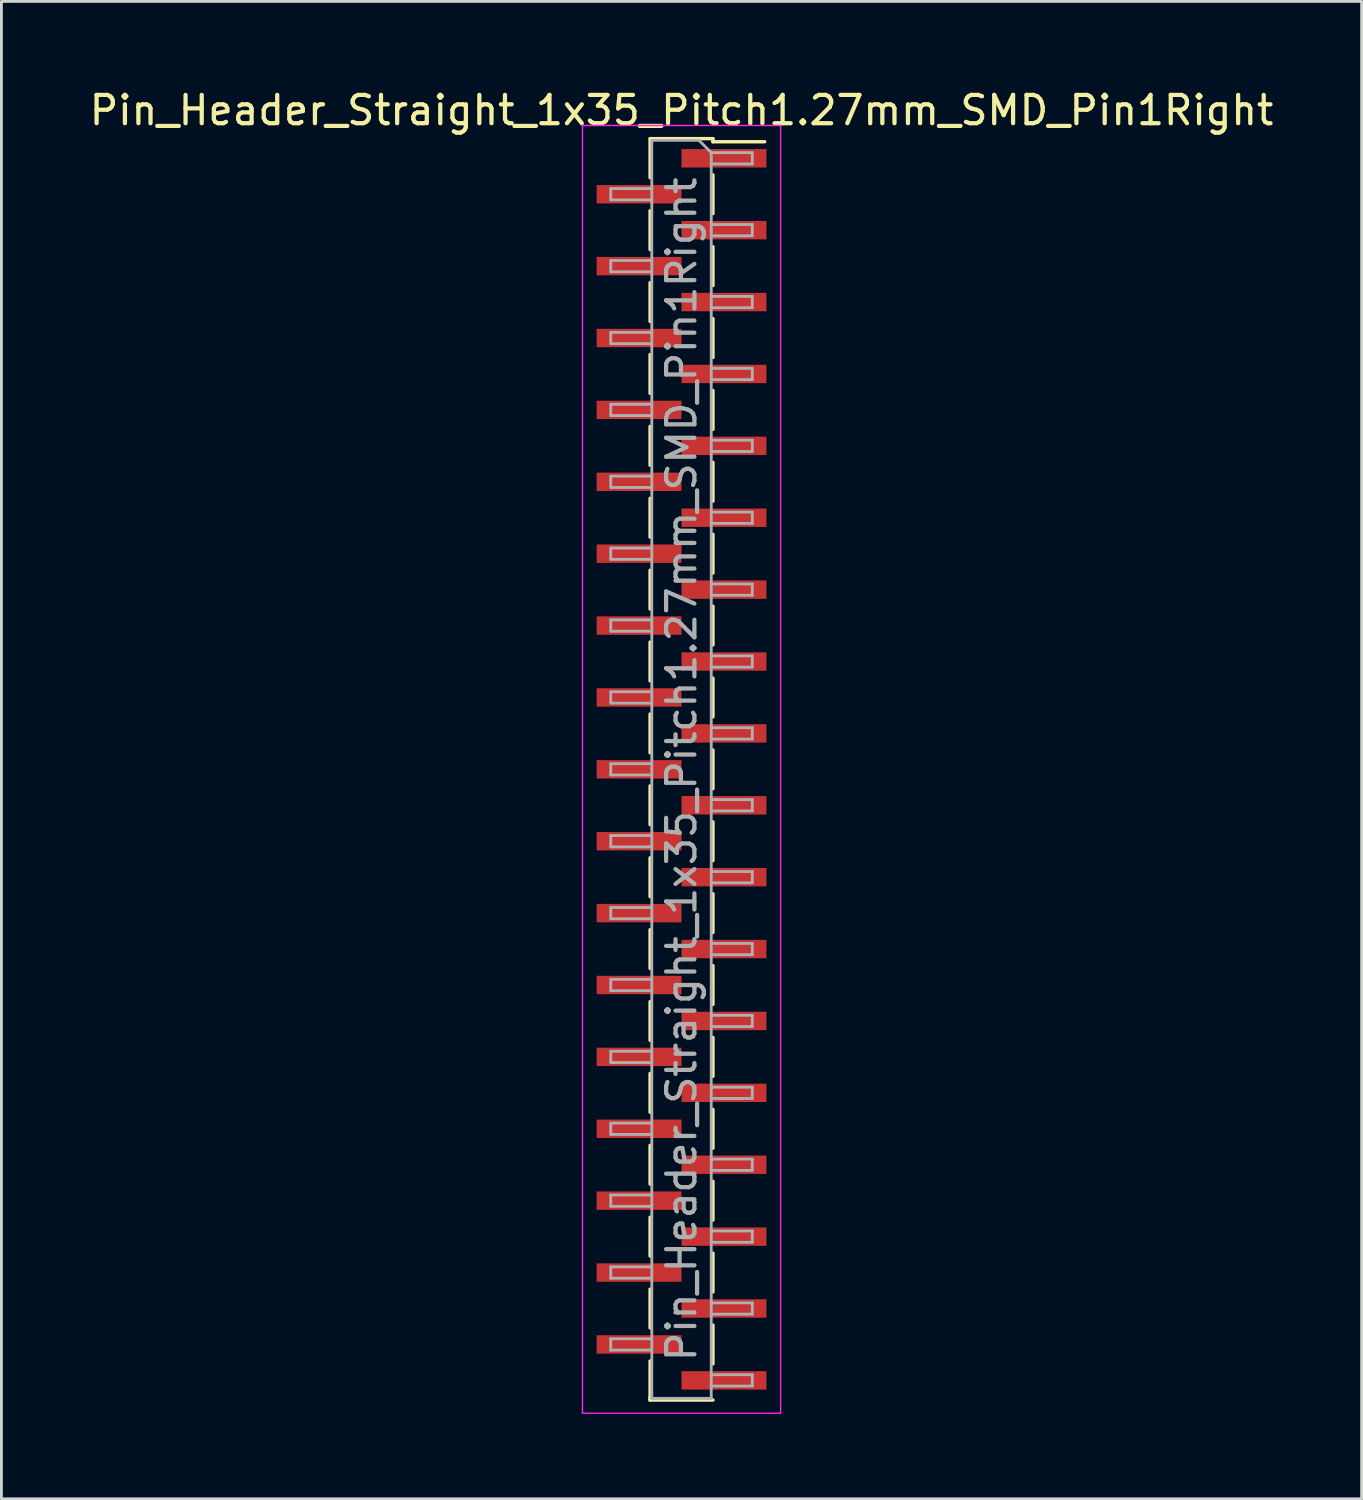
<source format=kicad_pcb>
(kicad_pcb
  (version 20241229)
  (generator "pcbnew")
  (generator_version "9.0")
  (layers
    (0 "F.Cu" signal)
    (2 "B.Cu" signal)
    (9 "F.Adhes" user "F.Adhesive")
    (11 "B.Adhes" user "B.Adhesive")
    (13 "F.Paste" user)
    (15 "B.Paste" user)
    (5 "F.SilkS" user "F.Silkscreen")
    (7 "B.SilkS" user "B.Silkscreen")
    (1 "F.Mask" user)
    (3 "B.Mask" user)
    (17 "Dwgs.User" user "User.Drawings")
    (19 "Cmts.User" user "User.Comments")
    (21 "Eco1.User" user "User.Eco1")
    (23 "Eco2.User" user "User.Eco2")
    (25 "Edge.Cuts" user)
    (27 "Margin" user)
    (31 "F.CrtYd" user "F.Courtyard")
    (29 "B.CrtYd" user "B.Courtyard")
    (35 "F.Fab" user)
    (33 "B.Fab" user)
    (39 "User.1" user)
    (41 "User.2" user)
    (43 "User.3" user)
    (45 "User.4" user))
  (footprint "Pin_Header_Straight_1x35_Pitch1.27mm_SMD_Pin1Right"
    (layer "F.Cu")
    (at 21.03 24.133)
    (property "Reference" "Pin_Header_Straight_1x35_Pitch1.27mm_SMD_Pin1Right" (at 0 -23.285 0) (layer "F.SilkS") (effects (font (size 1 1) (thickness 0.15))))
    (attr smd)
    (fp_line (start -1.11 -22.285) (end 1.11 -22.285) (stroke (width 0.12) (type solid)) (layer "F.SilkS"))
    (fp_line (start -1.11 -22.275) (end -1.11 -20.905) (stroke (width 0.12) (type solid)) (layer "F.SilkS"))
    (fp_line (start -1.11 -19.735) (end -1.11 -18.365) (stroke (width 0.12) (type solid)) (layer "F.SilkS"))
    (fp_line (start -1.11 -17.195) (end -1.11 -15.825) (stroke (width 0.12) (type solid)) (layer "F.SilkS"))
    (fp_line (start -1.11 -14.655) (end -1.11 -13.285) (stroke (width 0.12) (type solid)) (layer "F.SilkS"))
    (fp_line (start -1.11 -12.115) (end -1.11 -10.745) (stroke (width 0.12) (type solid)) (layer "F.SilkS"))
    (fp_line (start -1.11 -9.575) (end -1.11 -8.205) (stroke (width 0.12) (type solid)) (layer "F.SilkS"))
    (fp_line (start -1.11 -7.035) (end -1.11 -5.665) (stroke (width 0.12) (type solid)) (layer "F.SilkS"))
    (fp_line (start -1.11 -4.495) (end -1.11 -3.125) (stroke (width 0.12) (type solid)) (layer "F.SilkS"))
    (fp_line (start -1.11 -1.955) (end -1.11 -0.585) (stroke (width 0.12) (type solid)) (layer "F.SilkS"))
    (fp_line (start -1.11 0.585) (end -1.11 1.955) (stroke (width 0.12) (type solid)) (layer "F.SilkS"))
    (fp_line (start -1.11 3.125) (end -1.11 4.495) (stroke (width 0.12) (type solid)) (layer "F.SilkS"))
    (fp_line (start -1.11 5.665) (end -1.11 7.035) (stroke (width 0.12) (type solid)) (layer "F.SilkS"))
    (fp_line (start -1.11 8.205) (end -1.11 9.575) (stroke (width 0.12) (type solid)) (layer "F.SilkS"))
    (fp_line (start -1.11 10.745) (end -1.11 12.115) (stroke (width 0.12) (type solid)) (layer "F.SilkS"))
    (fp_line (start -1.11 13.285) (end -1.11 14.655) (stroke (width 0.12) (type solid)) (layer "F.SilkS"))
    (fp_line (start -1.11 15.825) (end -1.11 17.195) (stroke (width 0.12) (type solid)) (layer "F.SilkS"))
    (fp_line (start -1.11 18.365) (end -1.11 19.735) (stroke (width 0.12) (type solid)) (layer "F.SilkS"))
    (fp_line (start -1.11 20.905) (end -1.11 22.275) (stroke (width 0.12) (type solid)) (layer "F.SilkS"))
    (fp_line (start -1.11 22.175) (end -1.11 22.285) (stroke (width 0.12) (type solid)) (layer "F.SilkS"))
    (fp_line (start -1.11 22.285) (end 1.11 22.285) (stroke (width 0.12) (type solid)) (layer "F.SilkS"))
    (fp_line (start 1.11 -22.285) (end 1.11 -22.175) (stroke (width 0.12) (type solid)) (layer "F.SilkS"))
    (fp_line (start 1.11 -22.175) (end 2.94 -22.175) (stroke (width 0.12) (type solid)) (layer "F.SilkS"))
    (fp_line (start 1.11 -21.005) (end 1.11 -19.635) (stroke (width 0.12) (type solid)) (layer "F.SilkS"))
    (fp_line (start 1.11 -18.465) (end 1.11 -17.095) (stroke (width 0.12) (type solid)) (layer "F.SilkS"))
    (fp_line (start 1.11 -15.925) (end 1.11 -14.555) (stroke (width 0.12) (type solid)) (layer "F.SilkS"))
    (fp_line (start 1.11 -13.385) (end 1.11 -12.015) (stroke (width 0.12) (type solid)) (layer "F.SilkS"))
    (fp_line (start 1.11 -10.845) (end 1.11 -9.475) (stroke (width 0.12) (type solid)) (layer "F.SilkS"))
    (fp_line (start 1.11 -8.305) (end 1.11 -6.935) (stroke (width 0.12) (type solid)) (layer "F.SilkS"))
    (fp_line (start 1.11 -5.765) (end 1.11 -4.395) (stroke (width 0.12) (type solid)) (layer "F.SilkS"))
    (fp_line (start 1.11 -3.225) (end 1.11 -1.855) (stroke (width 0.12) (type solid)) (layer "F.SilkS"))
    (fp_line (start 1.11 -0.685) (end 1.11 0.685) (stroke (width 0.12) (type solid)) (layer "F.SilkS"))
    (fp_line (start 1.11 1.855) (end 1.11 3.225) (stroke (width 0.12) (type solid)) (layer "F.SilkS"))
    (fp_line (start 1.11 4.395) (end 1.11 5.765) (stroke (width 0.12) (type solid)) (layer "F.SilkS"))
    (fp_line (start 1.11 6.935) (end 1.11 8.305) (stroke (width 0.12) (type solid)) (layer "F.SilkS"))
    (fp_line (start 1.11 9.475) (end 1.11 10.845) (stroke (width 0.12) (type solid)) (layer "F.SilkS"))
    (fp_line (start 1.11 12.015) (end 1.11 13.385) (stroke (width 0.12) (type solid)) (layer "F.SilkS"))
    (fp_line (start 1.11 14.555) (end 1.11 15.925) (stroke (width 0.12) (type solid)) (layer "F.SilkS"))
    (fp_line (start 1.11 17.095) (end 1.11 18.465) (stroke (width 0.12) (type solid)) (layer "F.SilkS"))
    (fp_line (start 1.11 19.635) (end 1.11 21.005) (stroke (width 0.12) (type solid)) (layer "F.SilkS"))
    (fp_line (start -3.5 -22.75) (end -3.5 22.75) (stroke (width 0.05) (type solid)) (layer "F.CrtYd"))
    (fp_line (start -3.5 22.75) (end 3.5 22.75) (stroke (width 0.05) (type solid)) (layer "F.CrtYd"))
    (fp_line (start 3.5 -22.75) (end -3.5 -22.75) (stroke (width 0.05) (type solid)) (layer "F.CrtYd"))
    (fp_line (start 3.5 22.75) (end 3.5 -22.75) (stroke (width 0.05) (type solid)) (layer "F.CrtYd"))
    (fp_line (start -2.5 -20.52) (end -2.5 -20.12) (stroke (width 0.1) (type solid)) (layer "F.Fab"))
    (fp_line (start -2.5 -20.12) (end -1.05 -20.12) (stroke (width 0.1) (type solid)) (layer "F.Fab"))
    (fp_line (start -2.5 -17.98) (end -2.5 -17.58) (stroke (width 0.1) (type solid)) (layer "F.Fab"))
    (fp_line (start -2.5 -17.58) (end -1.05 -17.58) (stroke (width 0.1) (type solid)) (layer "F.Fab"))
    (fp_line (start -2.5 -15.44) (end -2.5 -15.04) (stroke (width 0.1) (type solid)) (layer "F.Fab"))
    (fp_line (start -2.5 -15.04) (end -1.05 -15.04) (stroke (width 0.1) (type solid)) (layer "F.Fab"))
    (fp_line (start -2.5 -12.9) (end -2.5 -12.5) (stroke (width 0.1) (type solid)) (layer "F.Fab"))
    (fp_line (start -2.5 -12.5) (end -1.05 -12.5) (stroke (width 0.1) (type solid)) (layer "F.Fab"))
    (fp_line (start -2.5 -10.36) (end -2.5 -9.96) (stroke (width 0.1) (type solid)) (layer "F.Fab"))
    (fp_line (start -2.5 -9.96) (end -1.05 -9.96) (stroke (width 0.1) (type solid)) (layer "F.Fab"))
    (fp_line (start -2.5 -7.82) (end -2.5 -7.42) (stroke (width 0.1) (type solid)) (layer "F.Fab"))
    (fp_line (start -2.5 -7.42) (end -1.05 -7.42) (stroke (width 0.1) (type solid)) (layer "F.Fab"))
    (fp_line (start -2.5 -5.28) (end -2.5 -4.88) (stroke (width 0.1) (type solid)) (layer "F.Fab"))
    (fp_line (start -2.5 -4.88) (end -1.05 -4.88) (stroke (width 0.1) (type solid)) (layer "F.Fab"))
    (fp_line (start -2.5 -2.74) (end -2.5 -2.34) (stroke (width 0.1) (type solid)) (layer "F.Fab"))
    (fp_line (start -2.5 -2.34) (end -1.05 -2.34) (stroke (width 0.1) (type solid)) (layer "F.Fab"))
    (fp_line (start -2.5 -0.2) (end -2.5 0.2) (stroke (width 0.1) (type solid)) (layer "F.Fab"))
    (fp_line (start -2.5 0.2) (end -1.05 0.2) (stroke (width 0.1) (type solid)) (layer "F.Fab"))
    (fp_line (start -2.5 2.34) (end -2.5 2.74) (stroke (width 0.1) (type solid)) (layer "F.Fab"))
    (fp_line (start -2.5 2.74) (end -1.05 2.74) (stroke (width 0.1) (type solid)) (layer "F.Fab"))
    (fp_line (start -2.5 4.88) (end -2.5 5.28) (stroke (width 0.1) (type solid)) (layer "F.Fab"))
    (fp_line (start -2.5 5.28) (end -1.05 5.28) (stroke (width 0.1) (type solid)) (layer "F.Fab"))
    (fp_line (start -2.5 7.42) (end -2.5 7.82) (stroke (width 0.1) (type solid)) (layer "F.Fab"))
    (fp_line (start -2.5 7.82) (end -1.05 7.82) (stroke (width 0.1) (type solid)) (layer "F.Fab"))
    (fp_line (start -2.5 9.96) (end -2.5 10.36) (stroke (width 0.1) (type solid)) (layer "F.Fab"))
    (fp_line (start -2.5 10.36) (end -1.05 10.36) (stroke (width 0.1) (type solid)) (layer "F.Fab"))
    (fp_line (start -2.5 12.5) (end -2.5 12.9) (stroke (width 0.1) (type solid)) (layer "F.Fab"))
    (fp_line (start -2.5 12.9) (end -1.05 12.9) (stroke (width 0.1) (type solid)) (layer "F.Fab"))
    (fp_line (start -2.5 15.04) (end -2.5 15.44) (stroke (width 0.1) (type solid)) (layer "F.Fab"))
    (fp_line (start -2.5 15.44) (end -1.05 15.44) (stroke (width 0.1) (type solid)) (layer "F.Fab"))
    (fp_line (start -2.5 17.58) (end -2.5 17.98) (stroke (width 0.1) (type solid)) (layer "F.Fab"))
    (fp_line (start -2.5 17.98) (end -1.05 17.98) (stroke (width 0.1) (type solid)) (layer "F.Fab"))
    (fp_line (start -2.5 20.12) (end -2.5 20.52) (stroke (width 0.1) (type solid)) (layer "F.Fab"))
    (fp_line (start -2.5 20.52) (end -1.05 20.52) (stroke (width 0.1) (type solid)) (layer "F.Fab"))
    (fp_line (start -1.05 -22.225) (end -1.05 22.225) (stroke (width 0.1) (type solid)) (layer "F.Fab"))
    (fp_line (start -1.05 -22.225) (end 0.615 -22.225) (stroke (width 0.1) (type solid)) (layer "F.Fab"))
    (fp_line (start -1.05 -20.52) (end -2.5 -20.52) (stroke (width 0.1) (type solid)) (layer "F.Fab"))
    (fp_line (start -1.05 -17.98) (end -2.5 -17.98) (stroke (width 0.1) (type solid)) (layer "F.Fab"))
    (fp_line (start -1.05 -15.44) (end -2.5 -15.44) (stroke (width 0.1) (type solid)) (layer "F.Fab"))
    (fp_line (start -1.05 -12.9) (end -2.5 -12.9) (stroke (width 0.1) (type solid)) (layer "F.Fab"))
    (fp_line (start -1.05 -10.36) (end -2.5 -10.36) (stroke (width 0.1) (type solid)) (layer "F.Fab"))
    (fp_line (start -1.05 -7.82) (end -2.5 -7.82) (stroke (width 0.1) (type solid)) (layer "F.Fab"))
    (fp_line (start -1.05 -5.28) (end -2.5 -5.28) (stroke (width 0.1) (type solid)) (layer "F.Fab"))
    (fp_line (start -1.05 -2.74) (end -2.5 -2.74) (stroke (width 0.1) (type solid)) (layer "F.Fab"))
    (fp_line (start -1.05 -0.2) (end -2.5 -0.2) (stroke (width 0.1) (type solid)) (layer "F.Fab"))
    (fp_line (start -1.05 2.34) (end -2.5 2.34) (stroke (width 0.1) (type solid)) (layer "F.Fab"))
    (fp_line (start -1.05 4.88) (end -2.5 4.88) (stroke (width 0.1) (type solid)) (layer "F.Fab"))
    (fp_line (start -1.05 7.42) (end -2.5 7.42) (stroke (width 0.1) (type solid)) (layer "F.Fab"))
    (fp_line (start -1.05 9.96) (end -2.5 9.96) (stroke (width 0.1) (type solid)) (layer "F.Fab"))
    (fp_line (start -1.05 12.5) (end -2.5 12.5) (stroke (width 0.1) (type solid)) (layer "F.Fab"))
    (fp_line (start -1.05 15.04) (end -2.5 15.04) (stroke (width 0.1) (type solid)) (layer "F.Fab"))
    (fp_line (start -1.05 17.58) (end -2.5 17.58) (stroke (width 0.1) (type solid)) (layer "F.Fab"))
    (fp_line (start -1.05 20.12) (end -2.5 20.12) (stroke (width 0.1) (type solid)) (layer "F.Fab"))
    (fp_line (start 1.05 -21.79) (end 0.615 -22.225) (stroke (width 0.1) (type solid)) (layer "F.Fab"))
    (fp_line (start 1.05 -21.79) (end 2.5 -21.79) (stroke (width 0.1) (type solid)) (layer "F.Fab"))
    (fp_line (start 1.05 -19.25) (end 2.5 -19.25) (stroke (width 0.1) (type solid)) (layer "F.Fab"))
    (fp_line (start 1.05 -16.71) (end 2.5 -16.71) (stroke (width 0.1) (type solid)) (layer "F.Fab"))
    (fp_line (start 1.05 -14.17) (end 2.5 -14.17) (stroke (width 0.1) (type solid)) (layer "F.Fab"))
    (fp_line (start 1.05 -11.63) (end 2.5 -11.63) (stroke (width 0.1) (type solid)) (layer "F.Fab"))
    (fp_line (start 1.05 -9.09) (end 2.5 -9.09) (stroke (width 0.1) (type solid)) (layer "F.Fab"))
    (fp_line (start 1.05 -6.55) (end 2.5 -6.55) (stroke (width 0.1) (type solid)) (layer "F.Fab"))
    (fp_line (start 1.05 -4.01) (end 2.5 -4.01) (stroke (width 0.1) (type solid)) (layer "F.Fab"))
    (fp_line (start 1.05 -1.47) (end 2.5 -1.47) (stroke (width 0.1) (type solid)) (layer "F.Fab"))
    (fp_line (start 1.05 1.07) (end 2.5 1.07) (stroke (width 0.1) (type solid)) (layer "F.Fab"))
    (fp_line (start 1.05 3.61) (end 2.5 3.61) (stroke (width 0.1) (type solid)) (layer "F.Fab"))
    (fp_line (start 1.05 6.15) (end 2.5 6.15) (stroke (width 0.1) (type solid)) (layer "F.Fab"))
    (fp_line (start 1.05 8.69) (end 2.5 8.69) (stroke (width 0.1) (type solid)) (layer "F.Fab"))
    (fp_line (start 1.05 11.23) (end 2.5 11.23) (stroke (width 0.1) (type solid)) (layer "F.Fab"))
    (fp_line (start 1.05 13.77) (end 2.5 13.77) (stroke (width 0.1) (type solid)) (layer "F.Fab"))
    (fp_line (start 1.05 16.31) (end 2.5 16.31) (stroke (width 0.1) (type solid)) (layer "F.Fab"))
    (fp_line (start 1.05 18.85) (end 2.5 18.85) (stroke (width 0.1) (type solid)) (layer "F.Fab"))
    (fp_line (start 1.05 21.39) (end 2.5 21.39) (stroke (width 0.1) (type solid)) (layer "F.Fab"))
    (fp_line (start 1.05 22.225) (end -1.05 22.225) (stroke (width 0.1) (type solid)) (layer "F.Fab"))
    (fp_line (start 1.05 22.225) (end 1.05 -21.79) (stroke (width 0.1) (type solid)) (layer "F.Fab"))
    (fp_line (start 2.5 -21.79) (end 2.5 -21.39) (stroke (width 0.1) (type solid)) (layer "F.Fab"))
    (fp_line (start 2.5 -21.39) (end 1.05 -21.39) (stroke (width 0.1) (type solid)) (layer "F.Fab"))
    (fp_line (start 2.5 -19.25) (end 2.5 -18.85) (stroke (width 0.1) (type solid)) (layer "F.Fab"))
    (fp_line (start 2.5 -18.85) (end 1.05 -18.85) (stroke (width 0.1) (type solid)) (layer "F.Fab"))
    (fp_line (start 2.5 -16.71) (end 2.5 -16.31) (stroke (width 0.1) (type solid)) (layer "F.Fab"))
    (fp_line (start 2.5 -16.31) (end 1.05 -16.31) (stroke (width 0.1) (type solid)) (layer "F.Fab"))
    (fp_line (start 2.5 -14.17) (end 2.5 -13.77) (stroke (width 0.1) (type solid)) (layer "F.Fab"))
    (fp_line (start 2.5 -13.77) (end 1.05 -13.77) (stroke (width 0.1) (type solid)) (layer "F.Fab"))
    (fp_line (start 2.5 -11.63) (end 2.5 -11.23) (stroke (width 0.1) (type solid)) (layer "F.Fab"))
    (fp_line (start 2.5 -11.23) (end 1.05 -11.23) (stroke (width 0.1) (type solid)) (layer "F.Fab"))
    (fp_line (start 2.5 -9.09) (end 2.5 -8.69) (stroke (width 0.1) (type solid)) (layer "F.Fab"))
    (fp_line (start 2.5 -8.69) (end 1.05 -8.69) (stroke (width 0.1) (type solid)) (layer "F.Fab"))
    (fp_line (start 2.5 -6.55) (end 2.5 -6.15) (stroke (width 0.1) (type solid)) (layer "F.Fab"))
    (fp_line (start 2.5 -6.15) (end 1.05 -6.15) (stroke (width 0.1) (type solid)) (layer "F.Fab"))
    (fp_line (start 2.5 -4.01) (end 2.5 -3.61) (stroke (width 0.1) (type solid)) (layer "F.Fab"))
    (fp_line (start 2.5 -3.61) (end 1.05 -3.61) (stroke (width 0.1) (type solid)) (layer "F.Fab"))
    (fp_line (start 2.5 -1.47) (end 2.5 -1.07) (stroke (width 0.1) (type solid)) (layer "F.Fab"))
    (fp_line (start 2.5 -1.07) (end 1.05 -1.07) (stroke (width 0.1) (type solid)) (layer "F.Fab"))
    (fp_line (start 2.5 1.07) (end 2.5 1.47) (stroke (width 0.1) (type solid)) (layer "F.Fab"))
    (fp_line (start 2.5 1.47) (end 1.05 1.47) (stroke (width 0.1) (type solid)) (layer "F.Fab"))
    (fp_line (start 2.5 3.61) (end 2.5 4.01) (stroke (width 0.1) (type solid)) (layer "F.Fab"))
    (fp_line (start 2.5 4.01) (end 1.05 4.01) (stroke (width 0.1) (type solid)) (layer "F.Fab"))
    (fp_line (start 2.5 6.15) (end 2.5 6.55) (stroke (width 0.1) (type solid)) (layer "F.Fab"))
    (fp_line (start 2.5 6.55) (end 1.05 6.55) (stroke (width 0.1) (type solid)) (layer "F.Fab"))
    (fp_line (start 2.5 8.69) (end 2.5 9.09) (stroke (width 0.1) (type solid)) (layer "F.Fab"))
    (fp_line (start 2.5 9.09) (end 1.05 9.09) (stroke (width 0.1) (type solid)) (layer "F.Fab"))
    (fp_line (start 2.5 11.23) (end 2.5 11.63) (stroke (width 0.1) (type solid)) (layer "F.Fab"))
    (fp_line (start 2.5 11.63) (end 1.05 11.63) (stroke (width 0.1) (type solid)) (layer "F.Fab"))
    (fp_line (start 2.5 13.77) (end 2.5 14.17) (stroke (width 0.1) (type solid)) (layer "F.Fab"))
    (fp_line (start 2.5 14.17) (end 1.05 14.17) (stroke (width 0.1) (type solid)) (layer "F.Fab"))
    (fp_line (start 2.5 16.31) (end 2.5 16.71) (stroke (width 0.1) (type solid)) (layer "F.Fab"))
    (fp_line (start 2.5 16.71) (end 1.05 16.71) (stroke (width 0.1) (type solid)) (layer "F.Fab"))
    (fp_line (start 2.5 18.85) (end 2.5 19.25) (stroke (width 0.1) (type solid)) (layer "F.Fab"))
    (fp_line (start 2.5 19.25) (end 1.05 19.25) (stroke (width 0.1) (type solid)) (layer "F.Fab"))
    (fp_line (start 2.5 21.39) (end 2.5 21.79) (stroke (width 0.1) (type solid)) (layer "F.Fab"))
    (fp_line (start 2.5 21.79) (end 1.05 21.79) (stroke (width 0.1) (type solid)) (layer "F.Fab"))
    (fp_text user "${REFERENCE}" (at 0 0 90) (layer "F.Fab") (effects (font (size 1 1) (thickness 0.15))))
    (pad "1" smd rect (at 1.5 -21.59) (size 3 0.65) (layers "F.Cu" "F.Mask" "F.Paste"))
    (pad "2" smd rect (at -1.5 -20.32) (size 3 0.65) (layers "F.Cu" "F.Mask" "F.Paste"))
    (pad "3" smd rect (at 1.5 -19.05) (size 3 0.65) (layers "F.Cu" "F.Mask" "F.Paste"))
    (pad "4" smd rect (at -1.5 -17.78) (size 3 0.65) (layers "F.Cu" "F.Mask" "F.Paste"))
    (pad "5" smd rect (at 1.5 -16.51) (size 3 0.65) (layers "F.Cu" "F.Mask" "F.Paste"))
    (pad "6" smd rect (at -1.5 -15.24) (size 3 0.65) (layers "F.Cu" "F.Mask" "F.Paste"))
    (pad "7" smd rect (at 1.5 -13.97) (size 3 0.65) (layers "F.Cu" "F.Mask" "F.Paste"))
    (pad "8" smd rect (at -1.5 -12.7) (size 3 0.65) (layers "F.Cu" "F.Mask" "F.Paste"))
    (pad "9" smd rect (at 1.5 -11.43) (size 3 0.65) (layers "F.Cu" "F.Mask" "F.Paste"))
    (pad "10" smd rect (at -1.5 -10.16) (size 3 0.65) (layers "F.Cu" "F.Mask" "F.Paste"))
    (pad "11" smd rect (at 1.5 -8.89) (size 3 0.65) (layers "F.Cu" "F.Mask" "F.Paste"))
    (pad "12" smd rect (at -1.5 -7.62) (size 3 0.65) (layers "F.Cu" "F.Mask" "F.Paste"))
    (pad "13" smd rect (at 1.5 -6.35) (size 3 0.65) (layers "F.Cu" "F.Mask" "F.Paste"))
    (pad "14" smd rect (at -1.5 -5.08) (size 3 0.65) (layers "F.Cu" "F.Mask" "F.Paste"))
    (pad "15" smd rect (at 1.5 -3.81) (size 3 0.65) (layers "F.Cu" "F.Mask" "F.Paste"))
    (pad "16" smd rect (at -1.5 -2.54) (size 3 0.65) (layers "F.Cu" "F.Mask" "F.Paste"))
    (pad "17" smd rect (at 1.5 -1.27) (size 3 0.65) (layers "F.Cu" "F.Mask" "F.Paste"))
    (pad "18" smd rect (at -1.5 0) (size 3 0.65) (layers "F.Cu" "F.Mask" "F.Paste"))
    (pad "19" smd rect (at 1.5 1.27) (size 3 0.65) (layers "F.Cu" "F.Mask" "F.Paste"))
    (pad "20" smd rect (at -1.5 2.54) (size 3 0.65) (layers "F.Cu" "F.Mask" "F.Paste"))
    (pad "21" smd rect (at 1.5 3.81) (size 3 0.65) (layers "F.Cu" "F.Mask" "F.Paste"))
    (pad "22" smd rect (at -1.5 5.08) (size 3 0.65) (layers "F.Cu" "F.Mask" "F.Paste"))
    (pad "23" smd rect (at 1.5 6.35) (size 3 0.65) (layers "F.Cu" "F.Mask" "F.Paste"))
    (pad "24" smd rect (at -1.5 7.62) (size 3 0.65) (layers "F.Cu" "F.Mask" "F.Paste"))
    (pad "25" smd rect (at 1.5 8.89) (size 3 0.65) (layers "F.Cu" "F.Mask" "F.Paste"))
    (pad "26" smd rect (at -1.5 10.16) (size 3 0.65) (layers "F.Cu" "F.Mask" "F.Paste"))
    (pad "27" smd rect (at 1.5 11.43) (size 3 0.65) (layers "F.Cu" "F.Mask" "F.Paste"))
    (pad "28" smd rect (at -1.5 12.7) (size 3 0.65) (layers "F.Cu" "F.Mask" "F.Paste"))
    (pad "29" smd rect (at 1.5 13.97) (size 3 0.65) (layers "F.Cu" "F.Mask" "F.Paste"))
    (pad "30" smd rect (at -1.5 15.24) (size 3 0.65) (layers "F.Cu" "F.Mask" "F.Paste"))
    (pad "31" smd rect (at 1.5 16.51) (size 3 0.65) (layers "F.Cu" "F.Mask" "F.Paste"))
    (pad "32" smd rect (at -1.5 17.78) (size 3 0.65) (layers "F.Cu" "F.Mask" "F.Paste"))
    (pad "33" smd rect (at 1.5 19.05) (size 3 0.65) (layers "F.Cu" "F.Mask" "F.Paste"))
    (pad "34" smd rect (at -1.5 20.32) (size 3 0.65) (layers "F.Cu" "F.Mask" "F.Paste"))
    (pad "35" smd rect (at 1.5 21.59) (size 3 0.65) (layers "F.Cu" "F.Mask" "F.Paste")))
  (gr_rect
    (start -3 -3)
    (end 45.06 49.908)
    (stroke (width 0.1) (type default))
    (fill no)
    (layer "Edge.Cuts")))
</source>
